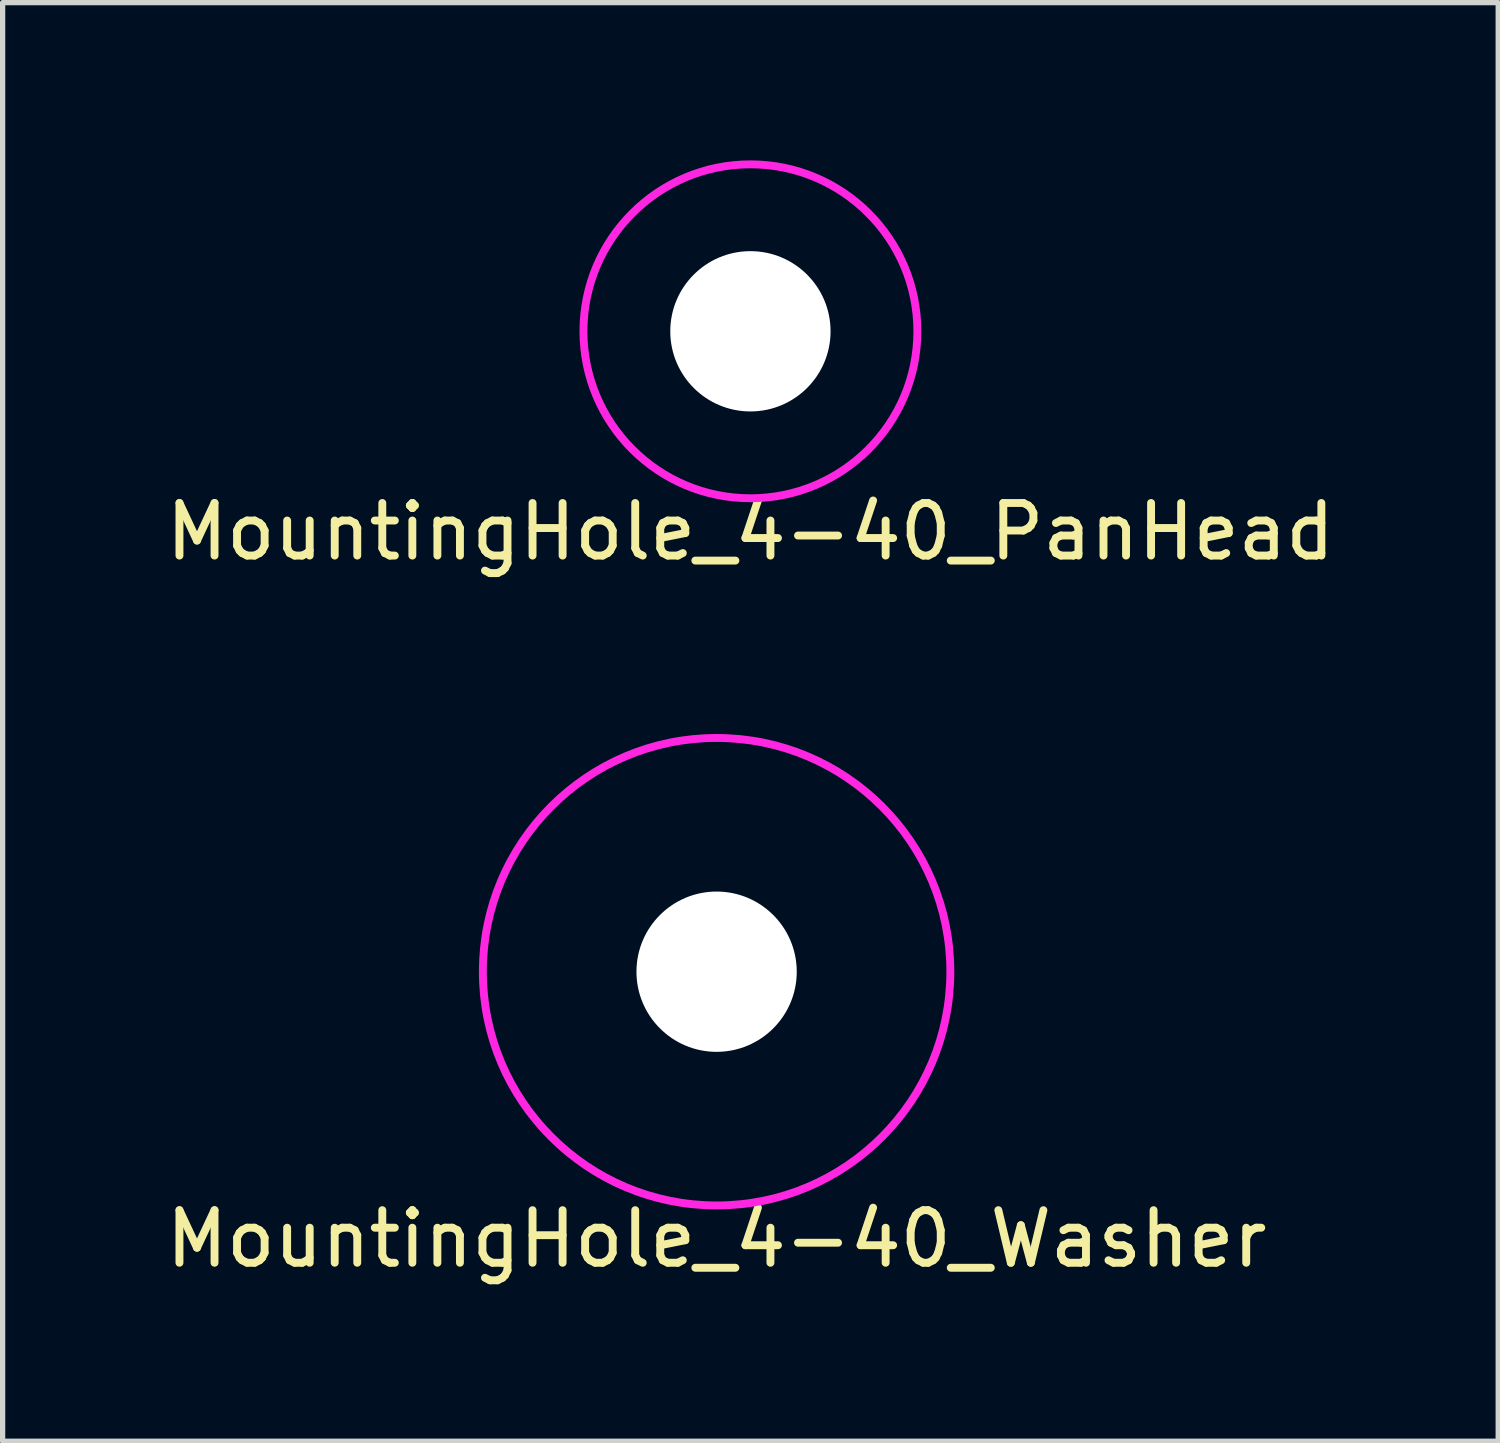
<source format=kicad_pcb>
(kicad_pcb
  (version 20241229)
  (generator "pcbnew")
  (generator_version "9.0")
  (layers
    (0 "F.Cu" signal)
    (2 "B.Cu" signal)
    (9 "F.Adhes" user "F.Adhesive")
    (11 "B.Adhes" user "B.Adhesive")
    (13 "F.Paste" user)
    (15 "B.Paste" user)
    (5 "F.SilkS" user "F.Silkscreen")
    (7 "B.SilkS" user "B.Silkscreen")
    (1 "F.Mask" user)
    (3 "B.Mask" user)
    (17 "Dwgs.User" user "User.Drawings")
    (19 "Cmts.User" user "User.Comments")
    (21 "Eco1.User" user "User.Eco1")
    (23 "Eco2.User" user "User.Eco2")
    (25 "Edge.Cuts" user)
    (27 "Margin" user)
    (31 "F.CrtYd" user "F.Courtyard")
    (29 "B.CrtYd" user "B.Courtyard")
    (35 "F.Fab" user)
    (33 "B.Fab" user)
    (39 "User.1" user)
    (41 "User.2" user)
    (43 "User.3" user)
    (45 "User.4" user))
  (footprint "MountingHole_4-40_PanHead"
    (layer "F.Cu")
    (at 11.22 3.25)
    (property "Reference" "MountingHole_4-40_PanHead" (at 0 3.81 0) (layer "F.SilkS") (effects (font (size 1 1) (thickness 0.15))))
    (attr through_hole)
    (fp_circle (center 0 0) (end 0 -3.175) (stroke (width 0.15) (type solid)) (fill no) (layer "F.CrtYd"))
    (pad "" np_thru_hole circle (at 0 0) (size 3.048 3.048) (drill 3.048) (layers "*.Cu" "*.Mask")))
  (footprint "MountingHole_4-40_Washer"
    (layer "F.Cu")
    (at 10.577 15.428)
    (property "Reference" "MountingHole_4-40_Washer" (at 0 5.08 0) (layer "F.SilkS") (effects (font (size 1 1) (thickness 0.15))))
    (attr through_hole)
    (fp_circle (center 0 0) (end 0 -4.445) (stroke (width 0.15) (type solid)) (fill no) (layer "F.CrtYd"))
    (pad "" np_thru_hole circle (at 0 0) (size 3.048 3.048) (drill 3.048) (layers "*.Cu" "*.Mask")))
  (gr_rect
    (start -3 -3)
    (end 25.44 24.357)
    (stroke (width 0.1) (type default))
    (fill no)
    (layer "Edge.Cuts")))
</source>
